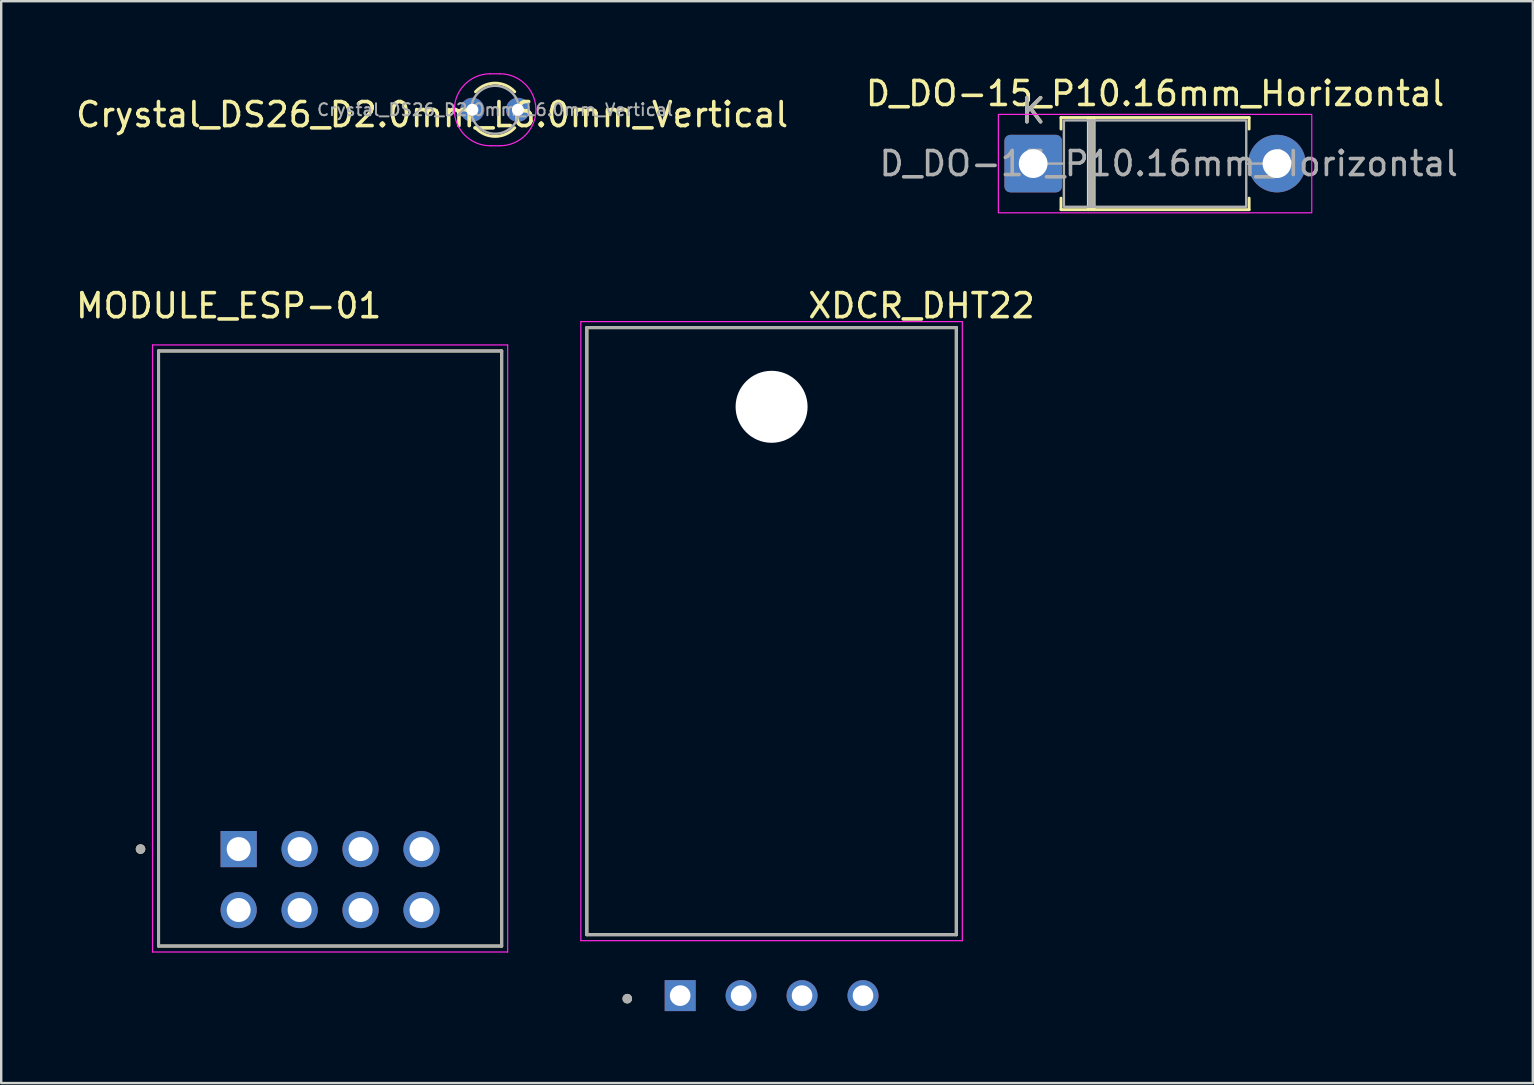
<source format=kicad_pcb>
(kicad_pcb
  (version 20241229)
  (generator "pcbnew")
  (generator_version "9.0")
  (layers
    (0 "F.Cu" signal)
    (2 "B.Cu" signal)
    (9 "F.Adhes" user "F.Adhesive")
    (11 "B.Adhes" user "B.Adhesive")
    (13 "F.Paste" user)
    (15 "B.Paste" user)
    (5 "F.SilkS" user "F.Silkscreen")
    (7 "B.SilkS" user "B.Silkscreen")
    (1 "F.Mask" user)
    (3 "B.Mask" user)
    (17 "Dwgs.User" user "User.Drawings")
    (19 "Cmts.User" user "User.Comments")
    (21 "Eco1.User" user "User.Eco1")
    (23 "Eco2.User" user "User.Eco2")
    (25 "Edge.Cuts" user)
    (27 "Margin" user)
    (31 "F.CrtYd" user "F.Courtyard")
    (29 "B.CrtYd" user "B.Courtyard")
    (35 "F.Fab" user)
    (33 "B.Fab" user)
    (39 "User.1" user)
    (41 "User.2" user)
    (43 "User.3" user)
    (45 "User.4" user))
  (footprint "D_DO-15_P10.16mm_Horizontal"
    (layer "F.Cu")
    (at 40.009 3.768)
    (property "Reference" "D_DO-15_P10.16mm_Horizontal" (at 5.08 -2.92 0) (layer "F.SilkS") (effects (font (size 1 1) (thickness 0.15))))
    (attr through_hole)
    (fp_line (start 1.16 -1.92) (end 9 -1.92) (stroke (width 0.12) (type solid)) (layer "F.SilkS"))
    (fp_line (start 1.16 -1.44) (end 1.16 -1.92) (stroke (width 0.12) (type solid)) (layer "F.SilkS"))
    (fp_line (start 1.16 1.44) (end 1.16 1.92) (stroke (width 0.12) (type solid)) (layer "F.SilkS"))
    (fp_line (start 1.16 1.92) (end 9 1.92) (stroke (width 0.12) (type solid)) (layer "F.SilkS"))
    (fp_line (start 2.3 -1.92) (end 2.3 1.92) (stroke (width 0.12) (type solid)) (layer "F.SilkS"))
    (fp_line (start 2.42 -1.92) (end 2.42 1.92) (stroke (width 0.12) (type solid)) (layer "F.SilkS"))
    (fp_line (start 2.54 -1.92) (end 2.54 1.92) (stroke (width 0.12) (type solid)) (layer "F.SilkS"))
    (fp_line (start 9 -1.92) (end 9 -1.44) (stroke (width 0.12) (type solid)) (layer "F.SilkS"))
    (fp_line (start 9 1.92) (end 9 1.44) (stroke (width 0.12) (type solid)) (layer "F.SilkS"))
    (fp_rect (start -1.45 -2.05) (end 11.61 2.05) (stroke (width 0.05) (type solid)) (fill no) (layer "F.CrtYd"))
    (fp_line (start 0 0) (end 1.28 0) (stroke (width 0.1) (type solid)) (layer "F.Fab"))
    (fp_line (start 2.32 -1.8) (end 2.32 1.8) (stroke (width 0.1) (type solid)) (layer "F.Fab"))
    (fp_line (start 2.42 -1.8) (end 2.42 1.8) (stroke (width 0.1) (type solid)) (layer "F.Fab"))
    (fp_line (start 2.52 -1.8) (end 2.52 1.8) (stroke (width 0.1) (type solid)) (layer "F.Fab"))
    (fp_line (start 10.16 0) (end 8.88 0) (stroke (width 0.1) (type solid)) (layer "F.Fab"))
    (fp_rect (start 1.28 -1.8) (end 8.88 1.8) (stroke (width 0.1) (type solid)) (fill no) (layer "F.Fab"))
    (fp_text user "K" (at 0 -2.2 0) (layer "F.SilkS") (effects (font (size 1 1) (thickness 0.15))))
    (fp_text user "${REFERENCE}" (at 5.65 0 0) (layer "F.Fab") (effects (font (size 1 1) (thickness 0.15))))
    (fp_text user "K" (at 0 -2.2 0) (layer "F.Fab") (effects (font (size 1 1) (thickness 0.15))))
    (pad "1" thru_hole roundrect (at 0 0) (size 2.4 2.4) (drill 1.2) (layers "*.Cu" "*.Mask") (roundrect_rratio 0.104))
    (pad "2" thru_hole circle (at 10.16 0) (size 2.4 2.4) (drill 1.2) (layers "*.Cu" "*.Mask")))
  (footprint "Crystal_DS26_D2.0mm_L6.0mm_Vertical"
    (layer "F.Cu")
    (at 16.635 1.525)
    (property "Reference" "Crystal_DS26_D2.0mm_L6.0mm_Vertical" (at -1.676 0.203 0) (layer "F.SilkS") (effects (font (size 1 1) (thickness 0.15))))
    (attr through_hole)
    (fp_arc (start 0.131 -0.749) (mid 0.95 -1.11) (end 1.769 -0.749) (stroke (width 0.12) (type solid)) (layer "F.SilkS"))
    (fp_arc (start 1.769 0.749) (mid 0.95 1.11) (end 0.131 0.749) (stroke (width 0.12) (type solid)) (layer "F.SilkS"))
    (fp_line (start 0.75 -1.5) (end 1.15 -1.5) (stroke (width 0.05) (type solid)) (layer "F.CrtYd"))
    (fp_line (start 1.15 1.5) (end 0.75 1.5) (stroke (width 0.05) (type solid)) (layer "F.CrtYd"))
    (fp_arc (start 0.75 1.5) (mid -0.75 0) (end 0.75 -1.5) (stroke (width 0.05) (type solid)) (layer "F.CrtYd"))
    (fp_arc (start 1.15 -1.5) (mid 2.65 0) (end 1.15 1.5) (stroke (width 0.05) (type solid)) (layer "F.CrtYd"))
    (fp_circle (center 0.95 0) (end 1.95 0) (stroke (width 0.1) (type solid)) (fill no) (layer "F.Fab"))
    (fp_text user "${REFERENCE}" (at 0.95 0 0) (layer "F.Fab") (effects (font (size 0.5 0.5) (thickness 0.08))))
    (pad "1" thru_hole circle (at 0 0) (size 1 1) (drill 0.5) (layers "*.Cu" "*.Mask"))
    (pad "2" thru_hole circle (at 1.9 0) (size 1 1) (drill 0.5) (layers "*.Cu" "*.Mask")))
  (footprint "MODULE_ESP-01"
    (layer "F.Cu")
    (at 10.707 23.977)
    (property "Reference" "MODULE_ESP-01" (at -4.225 -14.285 180) (layer "F.SilkS") (effects (font (size 1 1) (thickness 0.15))))
    (attr through_hole)
    (fp_line (start -7.15 -12.4) (end -7.15 12.4) (stroke (width 0.127) (type solid)) (layer "F.SilkS"))
    (fp_line (start -7.15 12.4) (end 7.15 12.4) (stroke (width 0.127) (type solid)) (layer "F.SilkS"))
    (fp_line (start 7.15 -12.4) (end -7.15 -12.4) (stroke (width 0.127) (type solid)) (layer "F.SilkS"))
    (fp_line (start 7.15 12.4) (end 7.15 -12.4) (stroke (width 0.127) (type solid)) (layer "F.SilkS"))
    (fp_circle (center -7.9 8.36) (end -7.8 8.36) (stroke (width 0.2) (type solid)) (fill no) (layer "F.SilkS"))
    (fp_line (start -7.4 -12.65) (end -7.4 12.65) (stroke (width 0.05) (type solid)) (layer "F.CrtYd"))
    (fp_line (start -7.4 12.65) (end 7.4 12.65) (stroke (width 0.05) (type solid)) (layer "F.CrtYd"))
    (fp_line (start 7.4 -12.65) (end -7.4 -12.65) (stroke (width 0.05) (type solid)) (layer "F.CrtYd"))
    (fp_line (start 7.4 12.65) (end 7.4 -12.65) (stroke (width 0.05) (type solid)) (layer "F.CrtYd"))
    (fp_line (start -7.15 -12.4) (end -7.15 12.4) (stroke (width 0.127) (type solid)) (layer "F.Fab"))
    (fp_line (start -7.15 12.4) (end 7.15 12.4) (stroke (width 0.127) (type solid)) (layer "F.Fab"))
    (fp_line (start 7.15 -12.4) (end -7.15 -12.4) (stroke (width 0.127) (type solid)) (layer "F.Fab"))
    (fp_line (start 7.15 12.4) (end 7.15 -12.4) (stroke (width 0.127) (type solid)) (layer "F.Fab"))
    (fp_circle (center -7.9 8.36) (end -7.8 8.36) (stroke (width 0.2) (type solid)) (fill no) (layer "F.Fab"))
    (pad "1" thru_hole rect (at -3.81 8.36) (size 1.508 1.508) (drill 1) (layers "*.Cu" "*.Mask"))
    (pad "2" thru_hole circle (at -1.27 8.36) (size 1.508 1.508) (drill 1) (layers "*.Cu" "*.Mask"))
    (pad "3" thru_hole circle (at 1.27 8.36) (size 1.508 1.508) (drill 1) (layers "*.Cu" "*.Mask"))
    (pad "4" thru_hole circle (at 3.81 8.36) (size 1.508 1.508) (drill 1) (layers "*.Cu" "*.Mask"))
    (pad "5" thru_hole circle (at 3.81 10.9) (size 1.508 1.508) (drill 1) (layers "*.Cu" "*.Mask"))
    (pad "6" thru_hole circle (at 1.27 10.9) (size 1.508 1.508) (drill 1) (layers "*.Cu" "*.Mask"))
    (pad "7" thru_hole circle (at -1.27 10.9) (size 1.508 1.508) (drill 1) (layers "*.Cu" "*.Mask"))
    (pad "8" thru_hole circle (at -3.81 10.9) (size 1.508 1.508) (drill 1) (layers "*.Cu" "*.Mask")))
  (footprint "XDCR_DHT22"
    (layer "F.Cu")
    (at 29.107 23.254)
    (property "Reference" "XDCR_DHT22" (at 6.248 -13.563 0) (layer "F.SilkS") (effects (font (size 1 1) (thickness 0.15))))
    (attr through_hole)
    (fp_line (start -7.7 -12.65) (end -7.7 12.65) (stroke (width 0.127) (type solid)) (layer "F.SilkS"))
    (fp_line (start -7.7 12.65) (end 7.7 12.65) (stroke (width 0.127) (type solid)) (layer "F.SilkS"))
    (fp_line (start 7.7 -12.65) (end -7.7 -12.65) (stroke (width 0.127) (type solid)) (layer "F.SilkS"))
    (fp_line (start 7.7 12.65) (end 7.7 -12.65) (stroke (width 0.127) (type solid)) (layer "F.SilkS"))
    (fp_circle (center -6.014 15.317) (end -5.914 15.317) (stroke (width 0.2) (type solid)) (fill no) (layer "F.SilkS"))
    (fp_line (start -7.95 -12.9) (end 7.95 -12.9) (stroke (width 0.05) (type solid)) (layer "F.CrtYd"))
    (fp_line (start -7.95 12.9) (end -7.95 -12.9) (stroke (width 0.05) (type solid)) (layer "F.CrtYd"))
    (fp_line (start 7.95 -12.9) (end 7.95 12.9) (stroke (width 0.05) (type solid)) (layer "F.CrtYd"))
    (fp_line (start 7.95 12.9) (end -7.95 12.9) (stroke (width 0.05) (type solid)) (layer "F.CrtYd"))
    (fp_line (start -7.7 -12.65) (end -7.7 12.65) (stroke (width 0.127) (type solid)) (layer "F.Fab"))
    (fp_line (start -7.7 12.65) (end 7.7 12.65) (stroke (width 0.127) (type solid)) (layer "F.Fab"))
    (fp_line (start 7.7 -12.65) (end -7.7 -12.65) (stroke (width 0.127) (type solid)) (layer "F.Fab"))
    (fp_line (start 7.7 12.65) (end 7.7 -12.65) (stroke (width 0.127) (type solid)) (layer "F.Fab"))
    (fp_circle (center -6.014 15.317) (end -5.914 15.317) (stroke (width 0.2) (type solid)) (fill no) (layer "F.Fab"))
    (pad "" np_thru_hole circle (at 0 -9.35) (size 3 3) (drill 3) (layers "*.Cu" "*.Mask"))
    (pad "1" thru_hole rect (at -3.81 15.19) (size 1.29 1.29) (drill 0.86) (layers "*.Cu" "*.Mask"))
    (pad "2" thru_hole circle (at -1.27 15.19) (size 1.29 1.29) (drill 0.86) (layers "*.Cu" "*.Mask"))
    (pad "3" thru_hole circle (at 1.27 15.19) (size 1.29 1.29) (drill 0.86) (layers "*.Cu" "*.Mask"))
    (pad "4" thru_hole circle (at 3.81 15.19) (size 1.29 1.29) (drill 0.86) (layers "*.Cu" "*.Mask")))
  (gr_rect
    (start -3 -3)
    (end 60.832 42.089)
    (stroke (width 0.1) (type default))
    (fill no)
    (layer "Edge.Cuts")))
</source>
